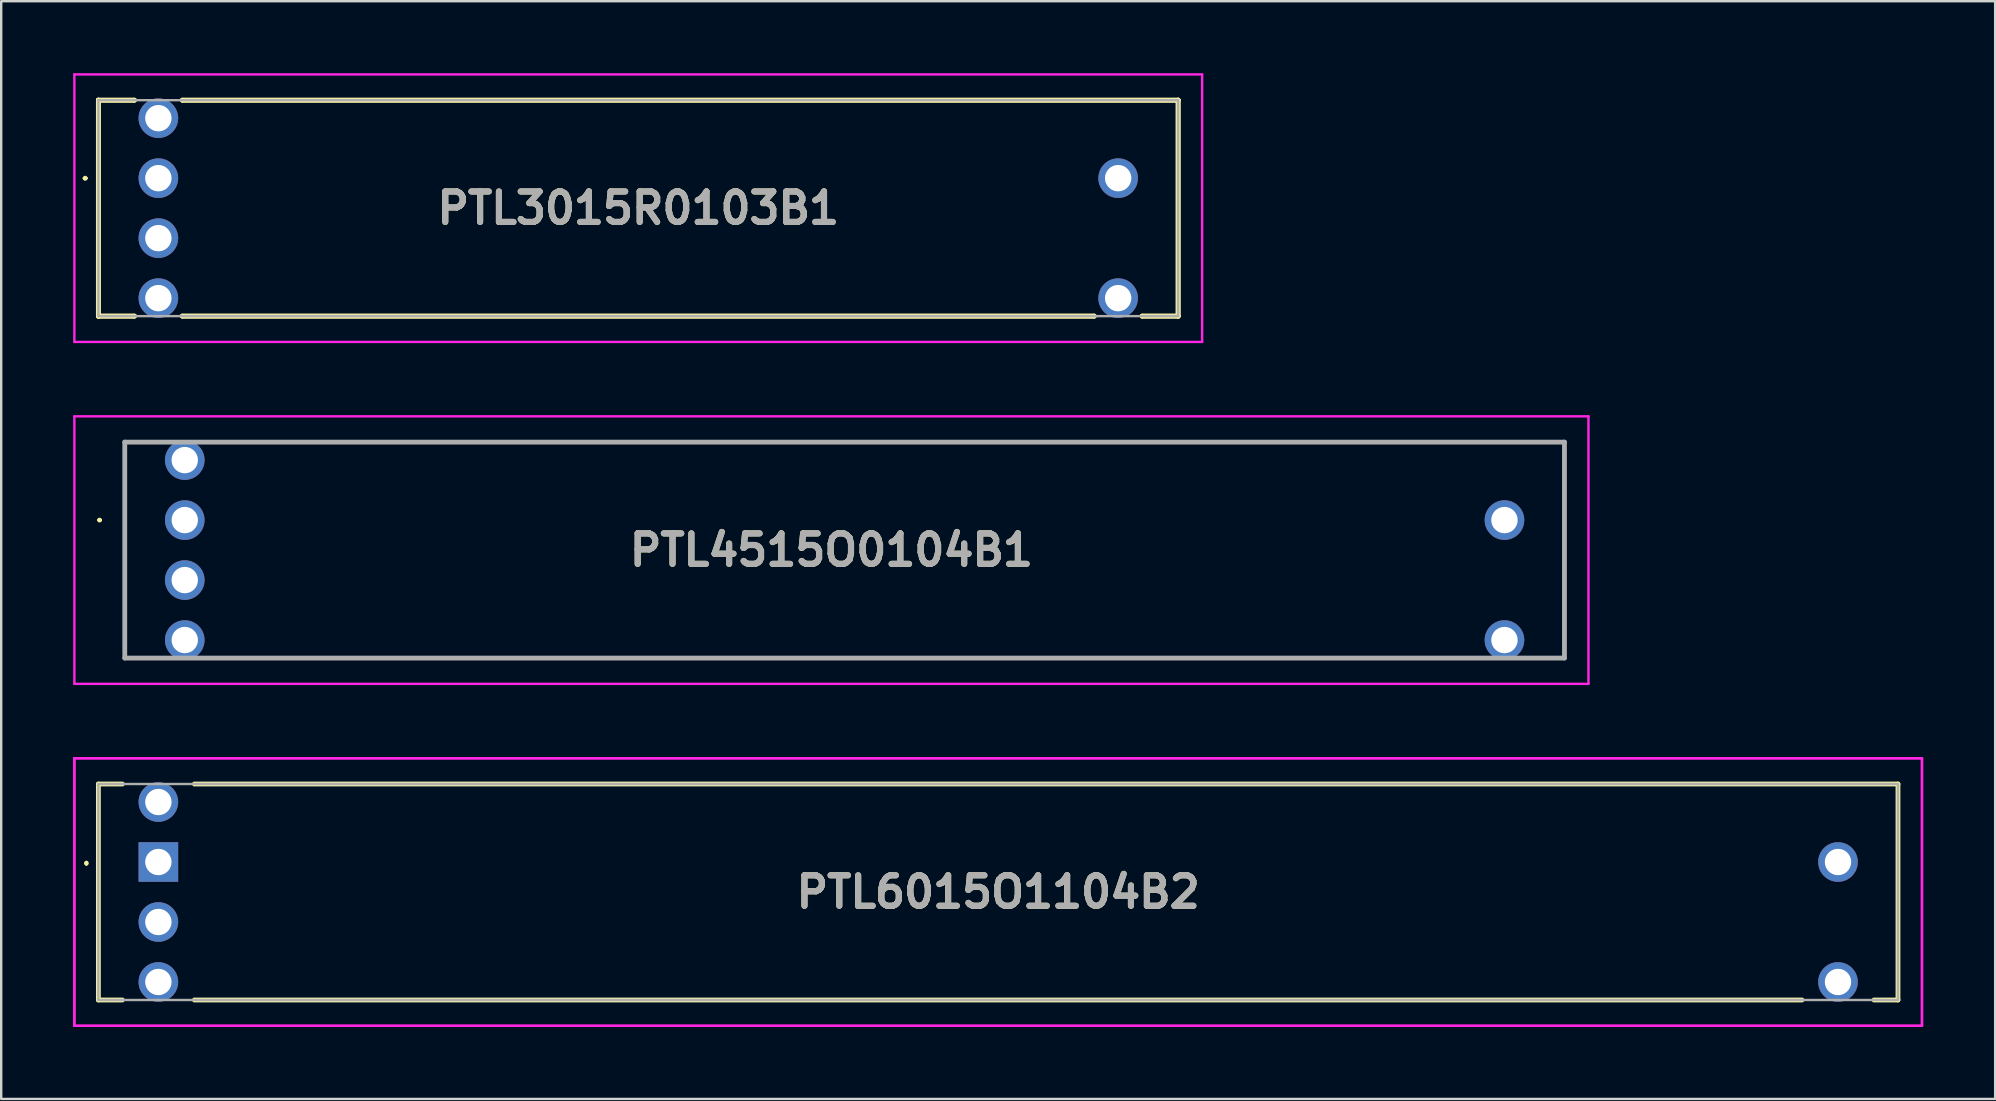
<source format=kicad_pcb>
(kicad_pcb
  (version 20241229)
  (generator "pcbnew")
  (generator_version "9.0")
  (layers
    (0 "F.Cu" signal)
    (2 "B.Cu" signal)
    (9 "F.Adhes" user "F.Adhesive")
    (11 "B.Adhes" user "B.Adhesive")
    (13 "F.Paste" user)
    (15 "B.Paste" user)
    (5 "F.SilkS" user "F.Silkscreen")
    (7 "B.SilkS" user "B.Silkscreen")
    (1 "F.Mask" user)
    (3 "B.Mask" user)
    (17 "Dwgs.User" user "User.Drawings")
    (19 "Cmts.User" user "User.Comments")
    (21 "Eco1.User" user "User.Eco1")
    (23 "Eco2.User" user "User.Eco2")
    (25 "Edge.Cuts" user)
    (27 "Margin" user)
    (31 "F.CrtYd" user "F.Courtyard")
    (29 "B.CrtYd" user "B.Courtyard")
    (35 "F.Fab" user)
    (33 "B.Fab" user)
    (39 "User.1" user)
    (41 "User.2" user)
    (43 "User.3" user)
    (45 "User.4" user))
  (footprint "PTL4515O0104B1"
    (layer "F.Cu")
    (at 4.65 18.625)
    (property "Reference" "PTL4515O0104B1" (at 26.95 1.25 0) (layer "F.SilkS") (effects (font (size 1.27 1.27) (thickness 0.254))))
    (attr through_hole)
    (fp_line (start -3.6 0) (end -3.6 0) (stroke (width 0.1) (type solid)) (layer "F.SilkS"))
    (fp_line (start -3.5 0) (end -3.5 0) (stroke (width 0.1) (type solid)) (layer "F.SilkS"))
    (fp_line (start -2.5 5.75) (end -2.5 -3.25) (stroke (width 0.1) (type solid)) (layer "F.SilkS"))
    (fp_line (start 1.5 5.75) (end 53.5 5.75) (stroke (width 0.1) (type solid)) (layer "F.SilkS"))
    (fp_line (start 2 -3.25) (end 54.5 -3.25) (stroke (width 0.1) (type solid)) (layer "F.SilkS"))
    (fp_line (start 55 -3.25) (end 57.5 -3.25) (stroke (width 0.1) (type solid)) (layer "F.SilkS"))
    (fp_line (start 57.5 -3.25) (end 57.5 5.75) (stroke (width 0.1) (type solid)) (layer "F.SilkS"))
    (fp_line (start 57.5 5.75) (end 56.5 5.75) (stroke (width 0.1) (type solid)) (layer "F.SilkS"))
    (fp_arc (start -3.6 0) (mid -3.55 -0.05) (end -3.5 0) (stroke (width 0.1) (type solid)) (layer "F.SilkS"))
    (fp_arc (start -3.5 0) (mid -3.55 0.05) (end -3.6 0) (stroke (width 0.1) (type solid)) (layer "F.SilkS"))
    (fp_line (start -4.6 -4.325) (end 58.5 -4.325) (stroke (width 0.1) (type solid)) (layer "F.CrtYd"))
    (fp_line (start -4.6 6.825) (end -4.6 -4.325) (stroke (width 0.1) (type solid)) (layer "F.CrtYd"))
    (fp_line (start 58.5 -4.325) (end 58.5 6.825) (stroke (width 0.1) (type solid)) (layer "F.CrtYd"))
    (fp_line (start 58.5 6.825) (end -4.6 6.825) (stroke (width 0.1) (type solid)) (layer "F.CrtYd"))
    (fp_line (start -2.5 -3.25) (end 57.5 -3.25) (stroke (width 0.2) (type solid)) (layer "F.Fab"))
    (fp_line (start -2.5 5.75) (end -2.5 -3.25) (stroke (width 0.2) (type solid)) (layer "F.Fab"))
    (fp_line (start 57.5 -3.25) (end 57.5 5.75) (stroke (width 0.2) (type solid)) (layer "F.Fab"))
    (fp_line (start 57.5 5.75) (end -2.5 5.75) (stroke (width 0.2) (type solid)) (layer "F.Fab"))
    (fp_text user "${REFERENCE}" (at 26.95 1.25 0) (layer "F.Fab") (effects (font (size 1.27 1.27) (thickness 0.254))))
    (pad "1" thru_hole circle (at 0 0) (size 1.65 1.65) (drill 1.1) (layers "*.Cu" "*.Mask"))
    (pad "2" thru_hole circle (at 0 -2.5) (size 1.65 1.65) (drill 1.1) (layers "*.Cu" "*.Mask"))
    (pad "3" thru_hole circle (at 55 0) (size 1.65 1.65) (drill 1.1) (layers "*.Cu" "*.Mask"))
    (pad "B1" thru_hole circle (at 55 5) (size 1.65 1.65) (drill 1.1) (layers "*.Cu" "*.Mask"))
    (pad "E1" thru_hole circle (at 0 5) (size 1.65 1.65) (drill 1.1) (layers "*.Cu" "*.Mask"))
    (pad "L1" thru_hole circle (at 0 2.5) (size 1.65 1.65) (drill 1.1) (layers "*.Cu" "*.Mask")))
  (footprint "PTL6015O1104B2"
    (layer "F.Cu")
    (at 3.55 32.875)
    (property "Reference" "PTL6015O1104B2" (at 35 1.25 0) (layer "F.SilkS") (effects (font (size 1.27 1.27) (thickness 0.254))))
    (attr through_hole)
    (fp_line (start -3 0) (end -3 0) (stroke (width 0.1) (type solid)) (layer "F.SilkS"))
    (fp_line (start -3 0.1) (end -3 0.1) (stroke (width 0.1) (type solid)) (layer "F.SilkS"))
    (fp_line (start -2.5 -3.25) (end -2.5 5.75) (stroke (width 0.2) (type solid)) (layer "F.SilkS"))
    (fp_line (start -2.5 5.75) (end -1.5 5.75) (stroke (width 0.2) (type solid)) (layer "F.SilkS"))
    (fp_line (start -1.5 -3.25) (end -2.5 -3.25) (stroke (width 0.2) (type solid)) (layer "F.SilkS"))
    (fp_line (start 1.5 5.75) (end 68.5 5.75) (stroke (width 0.2) (type solid)) (layer "F.SilkS"))
    (fp_line (start 71.5 5.75) (end 72.5 5.75) (stroke (width 0.2) (type solid)) (layer "F.SilkS"))
    (fp_line (start 72.5 -3.25) (end 1.5 -3.25) (stroke (width 0.2) (type solid)) (layer "F.SilkS"))
    (fp_line (start 72.5 5.75) (end 72.5 -3.25) (stroke (width 0.2) (type solid)) (layer "F.SilkS"))
    (fp_arc (start -3 0) (mid -2.95 0.05) (end -3 0.1) (stroke (width 0.1) (type solid)) (layer "F.SilkS"))
    (fp_arc (start -3 0.1) (mid -3.05 0.05) (end -3 0) (stroke (width 0.1) (type solid)) (layer "F.SilkS"))
    (fp_line (start -3.5 -4.325) (end 73.5 -4.325) (stroke (width 0.1) (type solid)) (layer "F.CrtYd"))
    (fp_line (start -3.5 -4.325) (end 73.5 -4.325) (stroke (width 0.1) (type solid)) (layer "F.CrtYd"))
    (fp_line (start -3.5 6.825) (end -3.5 -4.325) (stroke (width 0.1) (type solid)) (layer "F.CrtYd"))
    (fp_line (start -3.5 6.825) (end -3.5 -4.325) (stroke (width 0.1) (type solid)) (layer "F.CrtYd"))
    (fp_line (start 73.5 -4.325) (end 73.5 6.825) (stroke (width 0.1) (type solid)) (layer "F.CrtYd"))
    (fp_line (start 73.5 -4.325) (end 73.5 6.825) (stroke (width 0.1) (type solid)) (layer "F.CrtYd"))
    (fp_line (start 73.5 6.825) (end -3.5 6.825) (stroke (width 0.1) (type solid)) (layer "F.CrtYd"))
    (fp_line (start 73.5 6.825) (end -3.5 6.825) (stroke (width 0.1) (type solid)) (layer "F.CrtYd"))
    (fp_line (start -2.5 -3.25) (end 72.5 -3.25) (stroke (width 0.1) (type solid)) (layer "F.Fab"))
    (fp_line (start -2.5 5.75) (end -2.5 -3.25) (stroke (width 0.1) (type solid)) (layer "F.Fab"))
    (fp_line (start 72.5 -3.25) (end 72.5 5.75) (stroke (width 0.1) (type solid)) (layer "F.Fab"))
    (fp_line (start 72.5 5.75) (end -2.5 5.75) (stroke (width 0.1) (type solid)) (layer "F.Fab"))
    (fp_text user "${REFERENCE}" (at 35 1.25 0) (layer "F.Fab") (effects (font (size 1.27 1.27) (thickness 0.254))))
    (pad "1" thru_hole rect (at 0 0) (size 1.65 1.65) (drill 1.1) (layers "*.Cu" "*.Mask"))
    (pad "2" thru_hole circle (at 0 -2.5) (size 1.65 1.65) (drill 1.1) (layers "*.Cu" "*.Mask"))
    (pad "3" thru_hole circle (at 70 0) (size 1.65 1.65) (drill 1.1) (layers "*.Cu" "*.Mask"))
    (pad "B1" thru_hole circle (at 70 5) (size 1.65 1.65) (drill 1.1) (layers "*.Cu" "*.Mask"))
    (pad "E1" thru_hole circle (at 0 5) (size 1.65 1.65) (drill 1.1) (layers "*.Cu" "*.Mask"))
    (pad "L1" thru_hole circle (at 0 2.5) (size 1.65 1.65) (drill 1.1) (layers "*.Cu" "*.Mask")))
  (footprint "PTL3015R0103B1"
    (layer "F.Cu")
    (at 3.55 4.375)
    (property "Reference" "PTL3015R0103B1" (at 20 1.25 0) (layer "F.SilkS") (effects (font (size 1.27 1.27) (thickness 0.254))))
    (attr through_hole)
    (fp_line (start -3.1 0) (end -3.1 0) (stroke (width 0.1) (type solid)) (layer "F.SilkS"))
    (fp_line (start -3.1 0) (end -3.1 0) (stroke (width 0.1) (type solid)) (layer "F.SilkS"))
    (fp_line (start -3 0) (end -3 0) (stroke (width 0.1) (type solid)) (layer "F.SilkS"))
    (fp_line (start -2.5 -3.25) (end -2.5 -3.25) (stroke (width 0.2) (type solid)) (layer "F.SilkS"))
    (fp_line (start -2.5 -3.25) (end -2.5 -3.25) (stroke (width 0.2) (type solid)) (layer "F.SilkS"))
    (fp_line (start -2.5 -3.25) (end -2.5 5.75) (stroke (width 0.2) (type solid)) (layer "F.SilkS"))
    (fp_line (start -2.5 -3.25) (end -1 -3.25) (stroke (width 0.2) (type solid)) (layer "F.SilkS"))
    (fp_line (start -2.5 5.75) (end -2.5 -3.25) (stroke (width 0.2) (type solid)) (layer "F.SilkS"))
    (fp_line (start -2.5 5.75) (end -2.5 5.75) (stroke (width 0.2) (type solid)) (layer "F.SilkS"))
    (fp_line (start -2.5 5.75) (end -2.5 5.75) (stroke (width 0.2) (type solid)) (layer "F.SilkS"))
    (fp_line (start -2.5 5.75) (end -1 5.75) (stroke (width 0.2) (type solid)) (layer "F.SilkS"))
    (fp_line (start -1 -3.25) (end -2.5 -3.25) (stroke (width 0.2) (type solid)) (layer "F.SilkS"))
    (fp_line (start -1 -3.25) (end -1 -3.25) (stroke (width 0.2) (type solid)) (layer "F.SilkS"))
    (fp_line (start -1 5.75) (end -2.5 5.75) (stroke (width 0.2) (type solid)) (layer "F.SilkS"))
    (fp_line (start -1 5.75) (end -1 5.75) (stroke (width 0.2) (type solid)) (layer "F.SilkS"))
    (fp_line (start 1 -3.25) (end 1 -3.25) (stroke (width 0.2) (type solid)) (layer "F.SilkS"))
    (fp_line (start 1 -3.25) (end 42.5 -3.25) (stroke (width 0.2) (type solid)) (layer "F.SilkS"))
    (fp_line (start 1 5.75) (end 1 5.75) (stroke (width 0.2) (type solid)) (layer "F.SilkS"))
    (fp_line (start 1 5.75) (end 39 5.75) (stroke (width 0.2) (type solid)) (layer "F.SilkS"))
    (fp_line (start 39 5.75) (end 1 5.75) (stroke (width 0.2) (type solid)) (layer "F.SilkS"))
    (fp_line (start 39 5.75) (end 39 5.75) (stroke (width 0.2) (type solid)) (layer "F.SilkS"))
    (fp_line (start 41 5.75) (end 41 5.75) (stroke (width 0.2) (type solid)) (layer "F.SilkS"))
    (fp_line (start 41 5.75) (end 42.5 5.75) (stroke (width 0.2) (type solid)) (layer "F.SilkS"))
    (fp_line (start 42.5 -3.25) (end 1 -3.25) (stroke (width 0.2) (type solid)) (layer "F.SilkS"))
    (fp_line (start 42.5 -3.25) (end 42.5 -3.25) (stroke (width 0.2) (type solid)) (layer "F.SilkS"))
    (fp_line (start 42.5 -3.25) (end 42.5 -3.25) (stroke (width 0.2) (type solid)) (layer "F.SilkS"))
    (fp_line (start 42.5 -3.25) (end 42.5 5.75) (stroke (width 0.2) (type solid)) (layer "F.SilkS"))
    (fp_line (start 42.5 5.75) (end 41 5.75) (stroke (width 0.2) (type solid)) (layer "F.SilkS"))
    (fp_line (start 42.5 5.75) (end 42.5 -3.25) (stroke (width 0.2) (type solid)) (layer "F.SilkS"))
    (fp_line (start 42.5 5.75) (end 42.5 5.75) (stroke (width 0.2) (type solid)) (layer "F.SilkS"))
    (fp_line (start 42.5 5.75) (end 42.5 5.75) (stroke (width 0.2) (type solid)) (layer "F.SilkS"))
    (fp_arc (start -3.1 0) (mid -3.05 -0.05) (end -3 0) (stroke (width 0.1) (type solid)) (layer "F.SilkS"))
    (fp_arc (start -3 0) (mid -3.05 0.05) (end -3.1 0) (stroke (width 0.1) (type solid)) (layer "F.SilkS"))
    (fp_arc (start -3 0) (mid -3.05 0.05) (end -3.1 0) (stroke (width 0.1) (type solid)) (layer "F.SilkS"))
    (fp_line (start -3.5 -4.325) (end 43.5 -4.325) (stroke (width 0.1) (type solid)) (layer "F.CrtYd"))
    (fp_line (start -3.5 6.825) (end -3.5 -4.325) (stroke (width 0.1) (type solid)) (layer "F.CrtYd"))
    (fp_line (start 43.5 -4.325) (end 43.5 6.825) (stroke (width 0.1) (type solid)) (layer "F.CrtYd"))
    (fp_line (start 43.5 6.825) (end -3.5 6.825) (stroke (width 0.1) (type solid)) (layer "F.CrtYd"))
    (fp_line (start -2.5 -3.25) (end -2.5 5.75) (stroke (width 0.1) (type solid)) (layer "F.Fab"))
    (fp_line (start -2.5 5.75) (end 42.5 5.75) (stroke (width 0.1) (type solid)) (layer "F.Fab"))
    (fp_line (start 42.5 -3.25) (end -2.5 -3.25) (stroke (width 0.1) (type solid)) (layer "F.Fab"))
    (fp_line (start 42.5 5.75) (end 42.5 -3.25) (stroke (width 0.1) (type solid)) (layer "F.Fab"))
    (fp_text user "${REFERENCE}" (at 20 1.25 0) (layer "F.Fab") (effects (font (size 1.27 1.27) (thickness 0.254))))
    (pad "1" thru_hole circle (at 0 0) (size 1.65 1.65) (drill 1.1) (layers "*.Cu" "*.Mask"))
    (pad "2" thru_hole circle (at 0 -2.5) (size 1.65 1.65) (drill 1.1) (layers "*.Cu" "*.Mask"))
    (pad "3" thru_hole circle (at 40 0) (size 1.65 1.65) (drill 1.1) (layers "*.Cu" "*.Mask"))
    (pad "B1" thru_hole circle (at 40 5) (size 1.65 1.65) (drill 1.1) (layers "*.Cu" "*.Mask"))
    (pad "E1" thru_hole circle (at 0 5) (size 1.65 1.65) (drill 1.1) (layers "*.Cu" "*.Mask"))
    (pad "L1" thru_hole circle (at 0 2.5) (size 1.65 1.65) (drill 1.1) (layers "*.Cu" "*.Mask")))
  (gr_rect
    (start -3 -3)
    (end 80.1 42.75)
    (stroke (width 0.1) (type default))
    (fill no)
    (layer "Edge.Cuts")))
</source>
